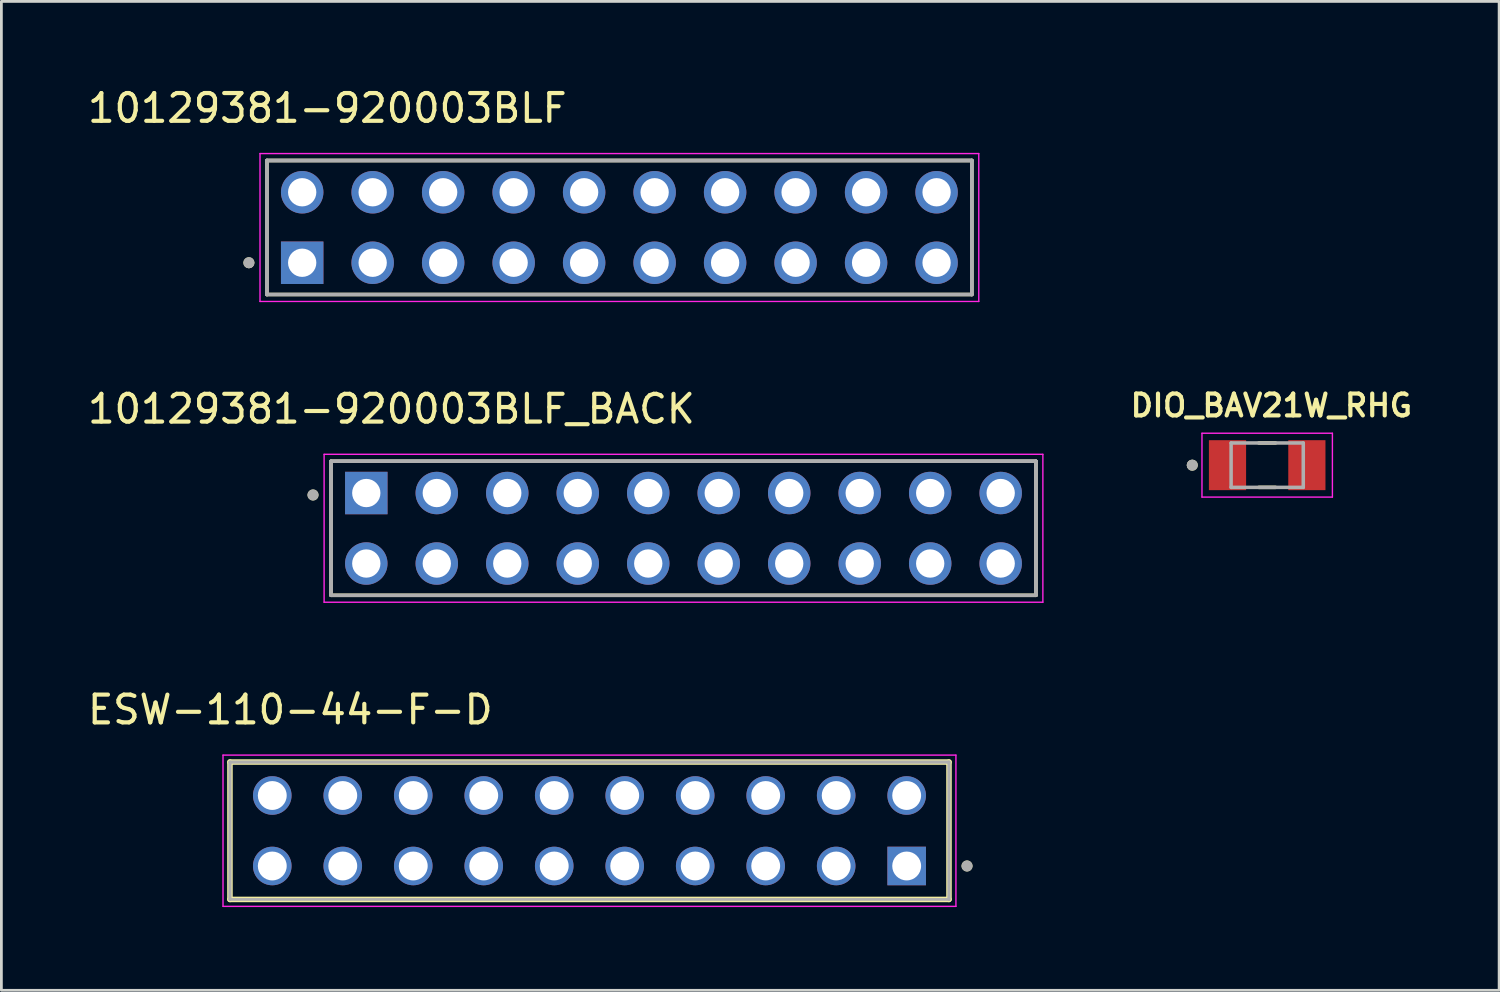
<source format=kicad_pcb>
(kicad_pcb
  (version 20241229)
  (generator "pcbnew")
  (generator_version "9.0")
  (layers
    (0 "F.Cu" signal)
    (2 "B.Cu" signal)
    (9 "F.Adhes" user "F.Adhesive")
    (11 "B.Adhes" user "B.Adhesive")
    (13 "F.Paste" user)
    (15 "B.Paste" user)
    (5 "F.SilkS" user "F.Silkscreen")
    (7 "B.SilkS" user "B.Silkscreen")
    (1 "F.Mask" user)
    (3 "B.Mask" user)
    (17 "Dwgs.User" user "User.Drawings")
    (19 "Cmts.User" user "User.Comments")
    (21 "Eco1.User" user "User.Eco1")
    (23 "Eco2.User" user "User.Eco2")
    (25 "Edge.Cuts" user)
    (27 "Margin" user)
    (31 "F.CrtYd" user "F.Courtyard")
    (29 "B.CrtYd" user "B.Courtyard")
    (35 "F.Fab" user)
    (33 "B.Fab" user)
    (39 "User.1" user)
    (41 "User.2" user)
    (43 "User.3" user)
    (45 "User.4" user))
  (footprint "ESW-110-44-F-D"
    (layer "F.Cu")
    (at 18.191 26.885)
    (property "Reference" "ESW-110-44-F-D" (at -10.78 -4.36 0) (layer "F.SilkS") (effects (font (size 1 1) (thickness 0.15))))
    (attr through_hole)
    (fp_line (start -12.955 2.475) (end -12.955 -2.475) (stroke (width 0.2) (type solid)) (layer "F.SilkS"))
    (fp_line (start 12.955 -2.475) (end -12.955 -2.475) (stroke (width 0.2) (type solid)) (layer "F.SilkS"))
    (fp_line (start 12.955 -2.475) (end 12.955 2.475) (stroke (width 0.2) (type solid)) (layer "F.SilkS"))
    (fp_line (start 12.955 2.475) (end -12.955 2.475) (stroke (width 0.2) (type solid)) (layer "F.SilkS"))
    (fp_circle (center 13.605 1.27) (end 13.705 1.27) (stroke (width 0.2) (type solid)) (fill no) (layer "F.SilkS"))
    (fp_line (start -13.205 -2.725) (end 13.205 -2.725) (stroke (width 0.05) (type solid)) (layer "F.CrtYd"))
    (fp_line (start -13.205 2.725) (end -13.205 -2.725) (stroke (width 0.05) (type solid)) (layer "F.CrtYd"))
    (fp_line (start 13.205 -2.725) (end 13.205 2.725) (stroke (width 0.05) (type solid)) (layer "F.CrtYd"))
    (fp_line (start 13.205 2.725) (end -13.205 2.725) (stroke (width 0.05) (type solid)) (layer "F.CrtYd"))
    (fp_line (start -12.955 -2.475) (end 12.955 -2.475) (stroke (width 0.1) (type solid)) (layer "F.Fab"))
    (fp_line (start -12.955 -2.475) (end 12.955 -2.475) (stroke (width 0.1) (type solid)) (layer "F.Fab"))
    (fp_line (start -12.955 2.475) (end -12.955 -2.475) (stroke (width 0.1) (type solid)) (layer "F.Fab"))
    (fp_line (start -12.955 2.475) (end -12.955 -2.475) (stroke (width 0.1) (type solid)) (layer "F.Fab"))
    (fp_line (start 12.955 -2.475) (end 12.955 2.475) (stroke (width 0.1) (type solid)) (layer "F.Fab"))
    (fp_line (start 12.955 -2.475) (end 12.955 2.475) (stroke (width 0.1) (type solid)) (layer "F.Fab"))
    (fp_line (start 12.955 2.475) (end -12.955 2.475) (stroke (width 0.1) (type solid)) (layer "F.Fab"))
    (fp_circle (center 13.605 1.27) (end 13.705 1.27) (stroke (width 0.2) (type solid)) (fill no) (layer "F.Fab"))
    (pad "1" thru_hole rect (at 11.43 1.27) (size 1.39 1.39) (drill 1.04) (layers "*.Cu" "*.Mask"))
    (pad "2" thru_hole circle (at 8.89 1.27) (size 1.39 1.39) (drill 1.04) (layers "*.Cu" "*.Mask"))
    (pad "3" thru_hole circle (at 6.35 1.27) (size 1.39 1.39) (drill 1.04) (layers "*.Cu" "*.Mask"))
    (pad "4" thru_hole circle (at 3.81 1.27) (size 1.39 1.39) (drill 1.04) (layers "*.Cu" "*.Mask"))
    (pad "5" thru_hole circle (at 1.27 1.27) (size 1.39 1.39) (drill 1.04) (layers "*.Cu" "*.Mask"))
    (pad "6" thru_hole circle (at -1.27 1.27) (size 1.39 1.39) (drill 1.04) (layers "*.Cu" "*.Mask"))
    (pad "7" thru_hole circle (at -3.81 1.27) (size 1.39 1.39) (drill 1.04) (layers "*.Cu" "*.Mask"))
    (pad "8" thru_hole circle (at -6.35 1.27) (size 1.39 1.39) (drill 1.04) (layers "*.Cu" "*.Mask"))
    (pad "9" thru_hole circle (at -8.89 1.27) (size 1.39 1.39) (drill 1.04) (layers "*.Cu" "*.Mask"))
    (pad "10" thru_hole circle (at -11.43 1.27) (size 1.39 1.39) (drill 1.04) (layers "*.Cu" "*.Mask"))
    (pad "11" thru_hole circle (at 11.43 -1.27) (size 1.39 1.39) (drill 1.04) (layers "*.Cu" "*.Mask"))
    (pad "12" thru_hole circle (at 8.89 -1.27) (size 1.39 1.39) (drill 1.04) (layers "*.Cu" "*.Mask"))
    (pad "13" thru_hole circle (at 6.35 -1.27) (size 1.39 1.39) (drill 1.04) (layers "*.Cu" "*.Mask"))
    (pad "14" thru_hole circle (at 3.81 -1.27) (size 1.39 1.39) (drill 1.04) (layers "*.Cu" "*.Mask"))
    (pad "15" thru_hole circle (at 1.27 -1.27) (size 1.39 1.39) (drill 1.04) (layers "*.Cu" "*.Mask"))
    (pad "16" thru_hole circle (at -1.27 -1.27) (size 1.39 1.39) (drill 1.04) (layers "*.Cu" "*.Mask"))
    (pad "17" thru_hole circle (at -3.81 -1.27) (size 1.39 1.39) (drill 1.04) (layers "*.Cu" "*.Mask"))
    (pad "18" thru_hole circle (at -6.35 -1.27) (size 1.39 1.39) (drill 1.04) (layers "*.Cu" "*.Mask"))
    (pad "19" thru_hole circle (at -8.89 -1.27) (size 1.39 1.39) (drill 1.04) (layers "*.Cu" "*.Mask"))
    (pad "20" thru_hole circle (at -11.43 -1.27) (size 1.39 1.39) (drill 1.04) (layers "*.Cu" "*.Mask")))
  (footprint "10129381-920003BLF_BACK"
    (layer "F.Cu")
    (at 21.579 15.986)
    (property "Reference" "10129381-920003BLF_BACK" (at -10.525 -4.3 0) (layer "F.SilkS") (effects (font (size 1 1) (thickness 0.15))))
    (attr through_hole)
    (fp_line (start -12.7 2.415) (end -12.7 -2.415) (stroke (width 0.127) (type solid)) (layer "F.SilkS"))
    (fp_line (start 12.7 -2.415) (end -12.7 -2.415) (stroke (width 0.127) (type solid)) (layer "F.SilkS"))
    (fp_line (start 12.7 -2.415) (end 12.7 2.415) (stroke (width 0.127) (type solid)) (layer "F.SilkS"))
    (fp_line (start 12.7 2.415) (end -12.7 2.415) (stroke (width 0.127) (type solid)) (layer "F.SilkS"))
    (fp_circle (center -13.35 -1.2) (end -13.25 -1.2) (stroke (width 0.2) (type solid)) (fill no) (layer "F.SilkS"))
    (fp_line (start -12.95 -2.665) (end 12.95 -2.665) (stroke (width 0.05) (type solid)) (layer "F.CrtYd"))
    (fp_line (start -12.95 2.665) (end -12.95 -2.665) (stroke (width 0.05) (type solid)) (layer "F.CrtYd"))
    (fp_line (start 12.95 -2.665) (end 12.95 2.665) (stroke (width 0.05) (type solid)) (layer "F.CrtYd"))
    (fp_line (start 12.95 2.665) (end -12.95 2.665) (stroke (width 0.05) (type solid)) (layer "F.CrtYd"))
    (fp_line (start -12.7 -2.415) (end 12.7 -2.415) (stroke (width 0.127) (type solid)) (layer "F.Fab"))
    (fp_line (start -12.7 -2.415) (end 12.7 -2.415) (stroke (width 0.127) (type solid)) (layer "F.Fab"))
    (fp_line (start -12.7 2.415) (end -12.7 -2.415) (stroke (width 0.127) (type solid)) (layer "F.Fab"))
    (fp_line (start -12.7 2.415) (end -12.7 -2.415) (stroke (width 0.127) (type solid)) (layer "F.Fab"))
    (fp_line (start 12.7 -2.415) (end 12.7 2.415) (stroke (width 0.127) (type solid)) (layer "F.Fab"))
    (fp_line (start 12.7 -2.415) (end 12.7 2.415) (stroke (width 0.127) (type solid)) (layer "F.Fab"))
    (fp_line (start 12.7 2.415) (end -12.7 2.415) (stroke (width 0.127) (type solid)) (layer "F.Fab"))
    (fp_circle (center -13.35 -1.2) (end -13.25 -1.2) (stroke (width 0.2) (type solid)) (fill no) (layer "F.Fab"))
    (pad "1" thru_hole rect (at -11.43 -1.27) (size 1.53 1.53) (drill 1.02) (layers "*.Cu" "*.Mask"))
    (pad "2" thru_hole circle (at -8.89 -1.27) (size 1.53 1.53) (drill 1.02) (layers "*.Cu" "*.Mask"))
    (pad "3" thru_hole circle (at -6.35 -1.27) (size 1.53 1.53) (drill 1.02) (layers "*.Cu" "*.Mask"))
    (pad "4" thru_hole circle (at -3.81 -1.27) (size 1.53 1.53) (drill 1.02) (layers "*.Cu" "*.Mask"))
    (pad "5" thru_hole circle (at -1.27 -1.27) (size 1.53 1.53) (drill 1.02) (layers "*.Cu" "*.Mask"))
    (pad "6" thru_hole circle (at 1.27 -1.27) (size 1.53 1.53) (drill 1.02) (layers "*.Cu" "*.Mask"))
    (pad "7" thru_hole circle (at 3.81 -1.27) (size 1.53 1.53) (drill 1.02) (layers "*.Cu" "*.Mask"))
    (pad "8" thru_hole circle (at 6.35 -1.27) (size 1.53 1.53) (drill 1.02) (layers "*.Cu" "*.Mask"))
    (pad "9" thru_hole circle (at 8.89 -1.27) (size 1.53 1.53) (drill 1.02) (layers "*.Cu" "*.Mask"))
    (pad "10" thru_hole circle (at 11.43 -1.27) (size 1.53 1.53) (drill 1.02) (layers "*.Cu" "*.Mask"))
    (pad "11" thru_hole circle (at -11.43 1.27) (size 1.53 1.53) (drill 1.02) (layers "*.Cu" "*.Mask"))
    (pad "12" thru_hole circle (at -8.89 1.27) (size 1.53 1.53) (drill 1.02) (layers "*.Cu" "*.Mask"))
    (pad "13" thru_hole circle (at -6.35 1.27) (size 1.53 1.53) (drill 1.02) (layers "*.Cu" "*.Mask"))
    (pad "14" thru_hole circle (at -3.81 1.27) (size 1.53 1.53) (drill 1.02) (layers "*.Cu" "*.Mask"))
    (pad "15" thru_hole circle (at -1.27 1.27) (size 1.53 1.53) (drill 1.02) (layers "*.Cu" "*.Mask"))
    (pad "16" thru_hole circle (at 1.27 1.27) (size 1.53 1.53) (drill 1.02) (layers "*.Cu" "*.Mask"))
    (pad "17" thru_hole circle (at 3.81 1.27) (size 1.53 1.53) (drill 1.02) (layers "*.Cu" "*.Mask"))
    (pad "18" thru_hole circle (at 6.35 1.27) (size 1.53 1.53) (drill 1.02) (layers "*.Cu" "*.Mask"))
    (pad "19" thru_hole circle (at 8.89 1.27) (size 1.53 1.53) (drill 1.02) (layers "*.Cu" "*.Mask"))
    (pad "20" thru_hole circle (at 11.43 1.27) (size 1.53 1.53) (drill 1.02) (layers "*.Cu" "*.Mask")))
  (footprint "10129381-920003BLF"
    (layer "F.Cu")
    (at 19.269 5.148)
    (property "Reference" "10129381-920003BLF" (at -10.525 -4.3 0) (layer "F.SilkS") (effects (font (size 1 1) (thickness 0.15))))
    (attr through_hole)
    (fp_line (start -12.7 2.415) (end -12.7 -2.415) (stroke (width 0.127) (type solid)) (layer "F.SilkS"))
    (fp_line (start 12.7 -2.415) (end -12.7 -2.415) (stroke (width 0.127) (type solid)) (layer "F.SilkS"))
    (fp_line (start 12.7 -2.415) (end 12.7 2.415) (stroke (width 0.127) (type solid)) (layer "F.SilkS"))
    (fp_line (start 12.7 2.415) (end -12.7 2.415) (stroke (width 0.127) (type solid)) (layer "F.SilkS"))
    (fp_circle (center -13.35 1.27) (end -13.25 1.27) (stroke (width 0.2) (type solid)) (fill no) (layer "F.SilkS"))
    (fp_line (start -12.95 -2.665) (end 12.95 -2.665) (stroke (width 0.05) (type solid)) (layer "F.CrtYd"))
    (fp_line (start -12.95 2.665) (end -12.95 -2.665) (stroke (width 0.05) (type solid)) (layer "F.CrtYd"))
    (fp_line (start 12.95 -2.665) (end 12.95 2.665) (stroke (width 0.05) (type solid)) (layer "F.CrtYd"))
    (fp_line (start 12.95 2.665) (end -12.95 2.665) (stroke (width 0.05) (type solid)) (layer "F.CrtYd"))
    (fp_line (start -12.7 -2.415) (end 12.7 -2.415) (stroke (width 0.127) (type solid)) (layer "F.Fab"))
    (fp_line (start -12.7 -2.415) (end 12.7 -2.415) (stroke (width 0.127) (type solid)) (layer "F.Fab"))
    (fp_line (start -12.7 2.415) (end -12.7 -2.415) (stroke (width 0.127) (type solid)) (layer "F.Fab"))
    (fp_line (start -12.7 2.415) (end -12.7 -2.415) (stroke (width 0.127) (type solid)) (layer "F.Fab"))
    (fp_line (start 12.7 -2.415) (end 12.7 2.415) (stroke (width 0.127) (type solid)) (layer "F.Fab"))
    (fp_line (start 12.7 -2.415) (end 12.7 2.415) (stroke (width 0.127) (type solid)) (layer "F.Fab"))
    (fp_line (start 12.7 2.415) (end -12.7 2.415) (stroke (width 0.127) (type solid)) (layer "F.Fab"))
    (fp_circle (center -13.35 1.27) (end -13.25 1.27) (stroke (width 0.2) (type solid)) (fill no) (layer "F.Fab"))
    (pad "1" thru_hole rect (at -11.43 1.27) (size 1.53 1.53) (drill 1.02) (layers "*.Cu" "*.Mask"))
    (pad "2" thru_hole circle (at -8.89 1.27) (size 1.53 1.53) (drill 1.02) (layers "*.Cu" "*.Mask"))
    (pad "3" thru_hole circle (at -6.35 1.27) (size 1.53 1.53) (drill 1.02) (layers "*.Cu" "*.Mask"))
    (pad "4" thru_hole circle (at -3.81 1.27) (size 1.53 1.53) (drill 1.02) (layers "*.Cu" "*.Mask"))
    (pad "5" thru_hole circle (at -1.27 1.27) (size 1.53 1.53) (drill 1.02) (layers "*.Cu" "*.Mask"))
    (pad "6" thru_hole circle (at 1.27 1.27) (size 1.53 1.53) (drill 1.02) (layers "*.Cu" "*.Mask"))
    (pad "7" thru_hole circle (at 3.81 1.27) (size 1.53 1.53) (drill 1.02) (layers "*.Cu" "*.Mask"))
    (pad "8" thru_hole circle (at 6.35 1.27) (size 1.53 1.53) (drill 1.02) (layers "*.Cu" "*.Mask"))
    (pad "9" thru_hole circle (at 8.89 1.27) (size 1.53 1.53) (drill 1.02) (layers "*.Cu" "*.Mask"))
    (pad "10" thru_hole circle (at 11.43 1.27) (size 1.53 1.53) (drill 1.02) (layers "*.Cu" "*.Mask"))
    (pad "11" thru_hole circle (at -11.43 -1.27) (size 1.53 1.53) (drill 1.02) (layers "*.Cu" "*.Mask"))
    (pad "12" thru_hole circle (at -8.89 -1.27) (size 1.53 1.53) (drill 1.02) (layers "*.Cu" "*.Mask"))
    (pad "13" thru_hole circle (at -6.35 -1.27) (size 1.53 1.53) (drill 1.02) (layers "*.Cu" "*.Mask"))
    (pad "14" thru_hole circle (at -3.81 -1.27) (size 1.53 1.53) (drill 1.02) (layers "*.Cu" "*.Mask"))
    (pad "15" thru_hole circle (at -1.27 -1.27) (size 1.53 1.53) (drill 1.02) (layers "*.Cu" "*.Mask"))
    (pad "16" thru_hole circle (at 1.27 -1.27) (size 1.53 1.53) (drill 1.02) (layers "*.Cu" "*.Mask"))
    (pad "17" thru_hole circle (at 3.81 -1.27) (size 1.53 1.53) (drill 1.02) (layers "*.Cu" "*.Mask"))
    (pad "18" thru_hole circle (at 6.35 -1.27) (size 1.53 1.53) (drill 1.02) (layers "*.Cu" "*.Mask"))
    (pad "19" thru_hole circle (at 8.89 -1.27) (size 1.53 1.53) (drill 1.02) (layers "*.Cu" "*.Mask"))
    (pad "20" thru_hole circle (at 11.43 -1.27) (size 1.53 1.53) (drill 1.02) (layers "*.Cu" "*.Mask")))
  (footprint "DIO_BAV21W_RHG"
    (layer "F.Cu")
    (at 42.612 13.712)
    (property "Reference" "DIO_BAV21W_RHG" (at 0.15 -2.15 0) (layer "F.SilkS") (effects (font (size 0.787 0.787) (thickness 0.15))))
    (attr through_hole)
    (fp_line (start 0.3 -0.8) (end -0.3 -0.8) (stroke (width 0.127) (type solid)) (layer "F.SilkS"))
    (fp_line (start 0.3 0.8) (end -0.3 0.8) (stroke (width 0.127) (type solid)) (layer "F.SilkS"))
    (fp_circle (center -2.7 0) (end -2.6 0) (stroke (width 0.2) (type solid)) (fill no) (layer "F.SilkS"))
    (fp_line (start -2.35 -1.15) (end -2.35 1.15) (stroke (width 0.05) (type solid)) (layer "F.CrtYd"))
    (fp_line (start -2.35 1.15) (end 2.35 1.15) (stroke (width 0.05) (type solid)) (layer "F.CrtYd"))
    (fp_line (start 2.35 -1.15) (end -2.35 -1.15) (stroke (width 0.05) (type solid)) (layer "F.CrtYd"))
    (fp_line (start 2.35 1.15) (end 2.35 -1.15) (stroke (width 0.05) (type solid)) (layer "F.CrtYd"))
    (fp_line (start -1.3 -0.8) (end -1.3 0.8) (stroke (width 0.127) (type solid)) (layer "F.Fab"))
    (fp_line (start -1.3 0.8) (end 1.3 0.8) (stroke (width 0.127) (type solid)) (layer "F.Fab"))
    (fp_line (start 1.3 -0.8) (end -1.3 -0.8) (stroke (width 0.127) (type solid)) (layer "F.Fab"))
    (fp_line (start 1.3 0.8) (end 1.3 -0.8) (stroke (width 0.127) (type solid)) (layer "F.Fab"))
    (fp_circle (center -2.7 0) (end -2.6 0) (stroke (width 0.2) (type solid)) (fill no) (layer "F.Fab"))
    (pad "A" smd rect (at 1.43 0) (size 1.34 1.8) (layers "F.Cu" "F.Mask" "F.Paste"))
    (pad "C" smd rect (at -1.43 0) (size 1.34 1.8) (layers "F.Cu" "F.Mask" "F.Paste")))
  (gr_rect
    (start -3 -3)
    (end 50.97 32.635)
    (stroke (width 0.1) (type default))
    (fill no)
    (layer "Edge.Cuts")))
</source>
